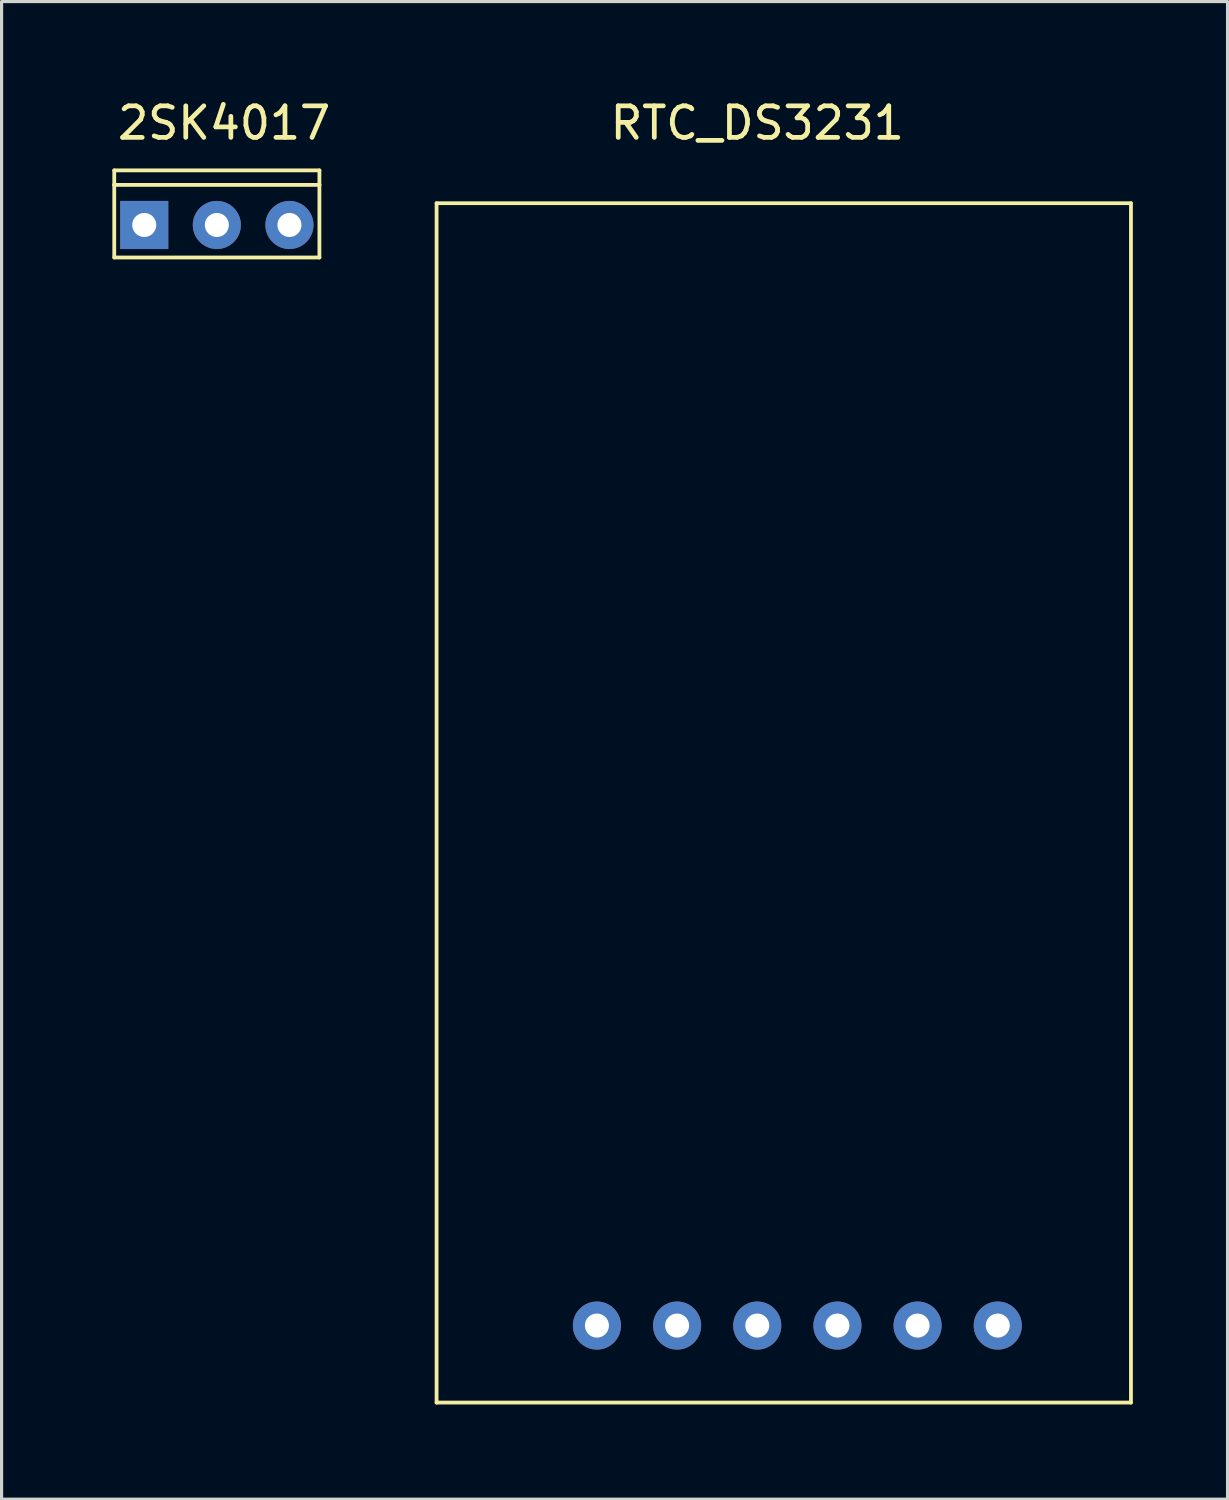
<source format=kicad_pcb>
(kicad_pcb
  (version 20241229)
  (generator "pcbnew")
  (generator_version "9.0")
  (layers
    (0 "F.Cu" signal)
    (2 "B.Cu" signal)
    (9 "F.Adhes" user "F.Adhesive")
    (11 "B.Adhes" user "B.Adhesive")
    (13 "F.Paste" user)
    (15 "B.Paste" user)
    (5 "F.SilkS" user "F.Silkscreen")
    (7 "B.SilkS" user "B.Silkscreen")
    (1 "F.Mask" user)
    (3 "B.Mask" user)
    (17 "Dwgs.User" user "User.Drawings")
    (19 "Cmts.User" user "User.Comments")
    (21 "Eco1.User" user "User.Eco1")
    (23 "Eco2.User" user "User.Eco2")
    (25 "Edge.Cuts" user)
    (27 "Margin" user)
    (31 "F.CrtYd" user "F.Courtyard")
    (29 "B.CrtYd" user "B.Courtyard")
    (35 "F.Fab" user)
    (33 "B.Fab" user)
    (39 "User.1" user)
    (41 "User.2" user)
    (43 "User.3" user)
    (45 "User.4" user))
  (footprint "RTC_DS3231"
    (layer "F.Cu")
    (at 10.782 3.388)
    (property "Reference" "RTC_DS3231" (at 10.16 -2.54 0) (layer "F.SilkS") (effects (font (size 1 1) (thickness 0.15))))
    (attr through_hole)
    (fp_line (start 0 0) (end 0 38) (stroke (width 0.12) (type solid)) (layer "F.SilkS"))
    (fp_line (start 0 0) (end 22 0) (stroke (width 0.12) (type solid)) (layer "F.SilkS"))
    (fp_line (start 0 38) (end 22 38) (stroke (width 0.12) (type solid)) (layer "F.SilkS"))
    (fp_line (start 22 0) (end 22 38) (stroke (width 0.12) (type solid)) (layer "F.SilkS"))
    (pad "1" thru_hole circle (at 5.08 35.56) (size 1.524 1.524) (drill 0.762) (layers "*.Cu" "*.Mask"))
    (pad "2" thru_hole circle (at 7.62 35.56) (size 1.524 1.524) (drill 0.762) (layers "*.Cu" "*.Mask"))
    (pad "3" thru_hole circle (at 10.16 35.56) (size 1.524 1.524) (drill 0.762) (layers "*.Cu" "*.Mask"))
    (pad "4" thru_hole circle (at 12.7 35.56) (size 1.524 1.524) (drill 0.762) (layers "*.Cu" "*.Mask"))
    (pad "5" thru_hole circle (at 15.24 35.56) (size 1.524 1.524) (drill 0.762) (layers "*.Cu" "*.Mask"))
    (pad "6" thru_hole circle (at 17.78 35.56) (size 1.524 1.524) (drill 0.762) (layers "*.Cu" "*.Mask")))
  (footprint "2SK4017"
    (layer "F.Cu")
    (at 0.25 5.348)
    (property "Reference" "2SK4017" (at 3.8 -4.5 0) (layer "F.SilkS") (effects (font (size 1 1) (thickness 0.15))))
    (attr through_hole)
    (fp_line (start 0.32 -2.54) (end 0.32 -3) (stroke (width 0.12) (type solid)) (layer "F.SilkS"))
    (fp_line (start 0.32 -2.54) (end 0.32 -0.24) (stroke (width 0.12) (type solid)) (layer "F.SilkS"))
    (fp_line (start 6.82 -3) (end 0.32 -3) (stroke (width 0.12) (type solid)) (layer "F.SilkS"))
    (fp_line (start 6.82 -2.54) (end 0.32 -2.54) (stroke (width 0.12) (type solid)) (layer "F.SilkS"))
    (fp_line (start 6.82 -2.54) (end 6.82 -3) (stroke (width 0.12) (type solid)) (layer "F.SilkS"))
    (fp_line (start 6.82 -2.54) (end 6.82 -0.24) (stroke (width 0.12) (type solid)) (layer "F.SilkS"))
    (fp_line (start 6.82 -0.24) (end 0.32 -0.24) (stroke (width 0.12) (type solid)) (layer "F.SilkS"))
    (pad "1" thru_hole rect (at 1.27 -1.27 90) (size 1.524 1.524) (drill 0.762) (layers "*.Cu" "*.Mask"))
    (pad "2" thru_hole circle (at 3.57 -1.27 90) (size 1.524 1.524) (drill 0.762) (layers "*.Cu" "*.Mask"))
    (pad "3" thru_hole circle (at 5.87 -1.27 90) (size 1.524 1.524) (drill 0.762) (layers "*.Cu" "*.Mask")))
  (gr_rect
    (start -3 -3)
    (end 35.842 44.448)
    (stroke (width 0.1) (type default))
    (fill no)
    (layer "Edge.Cuts")))
</source>
